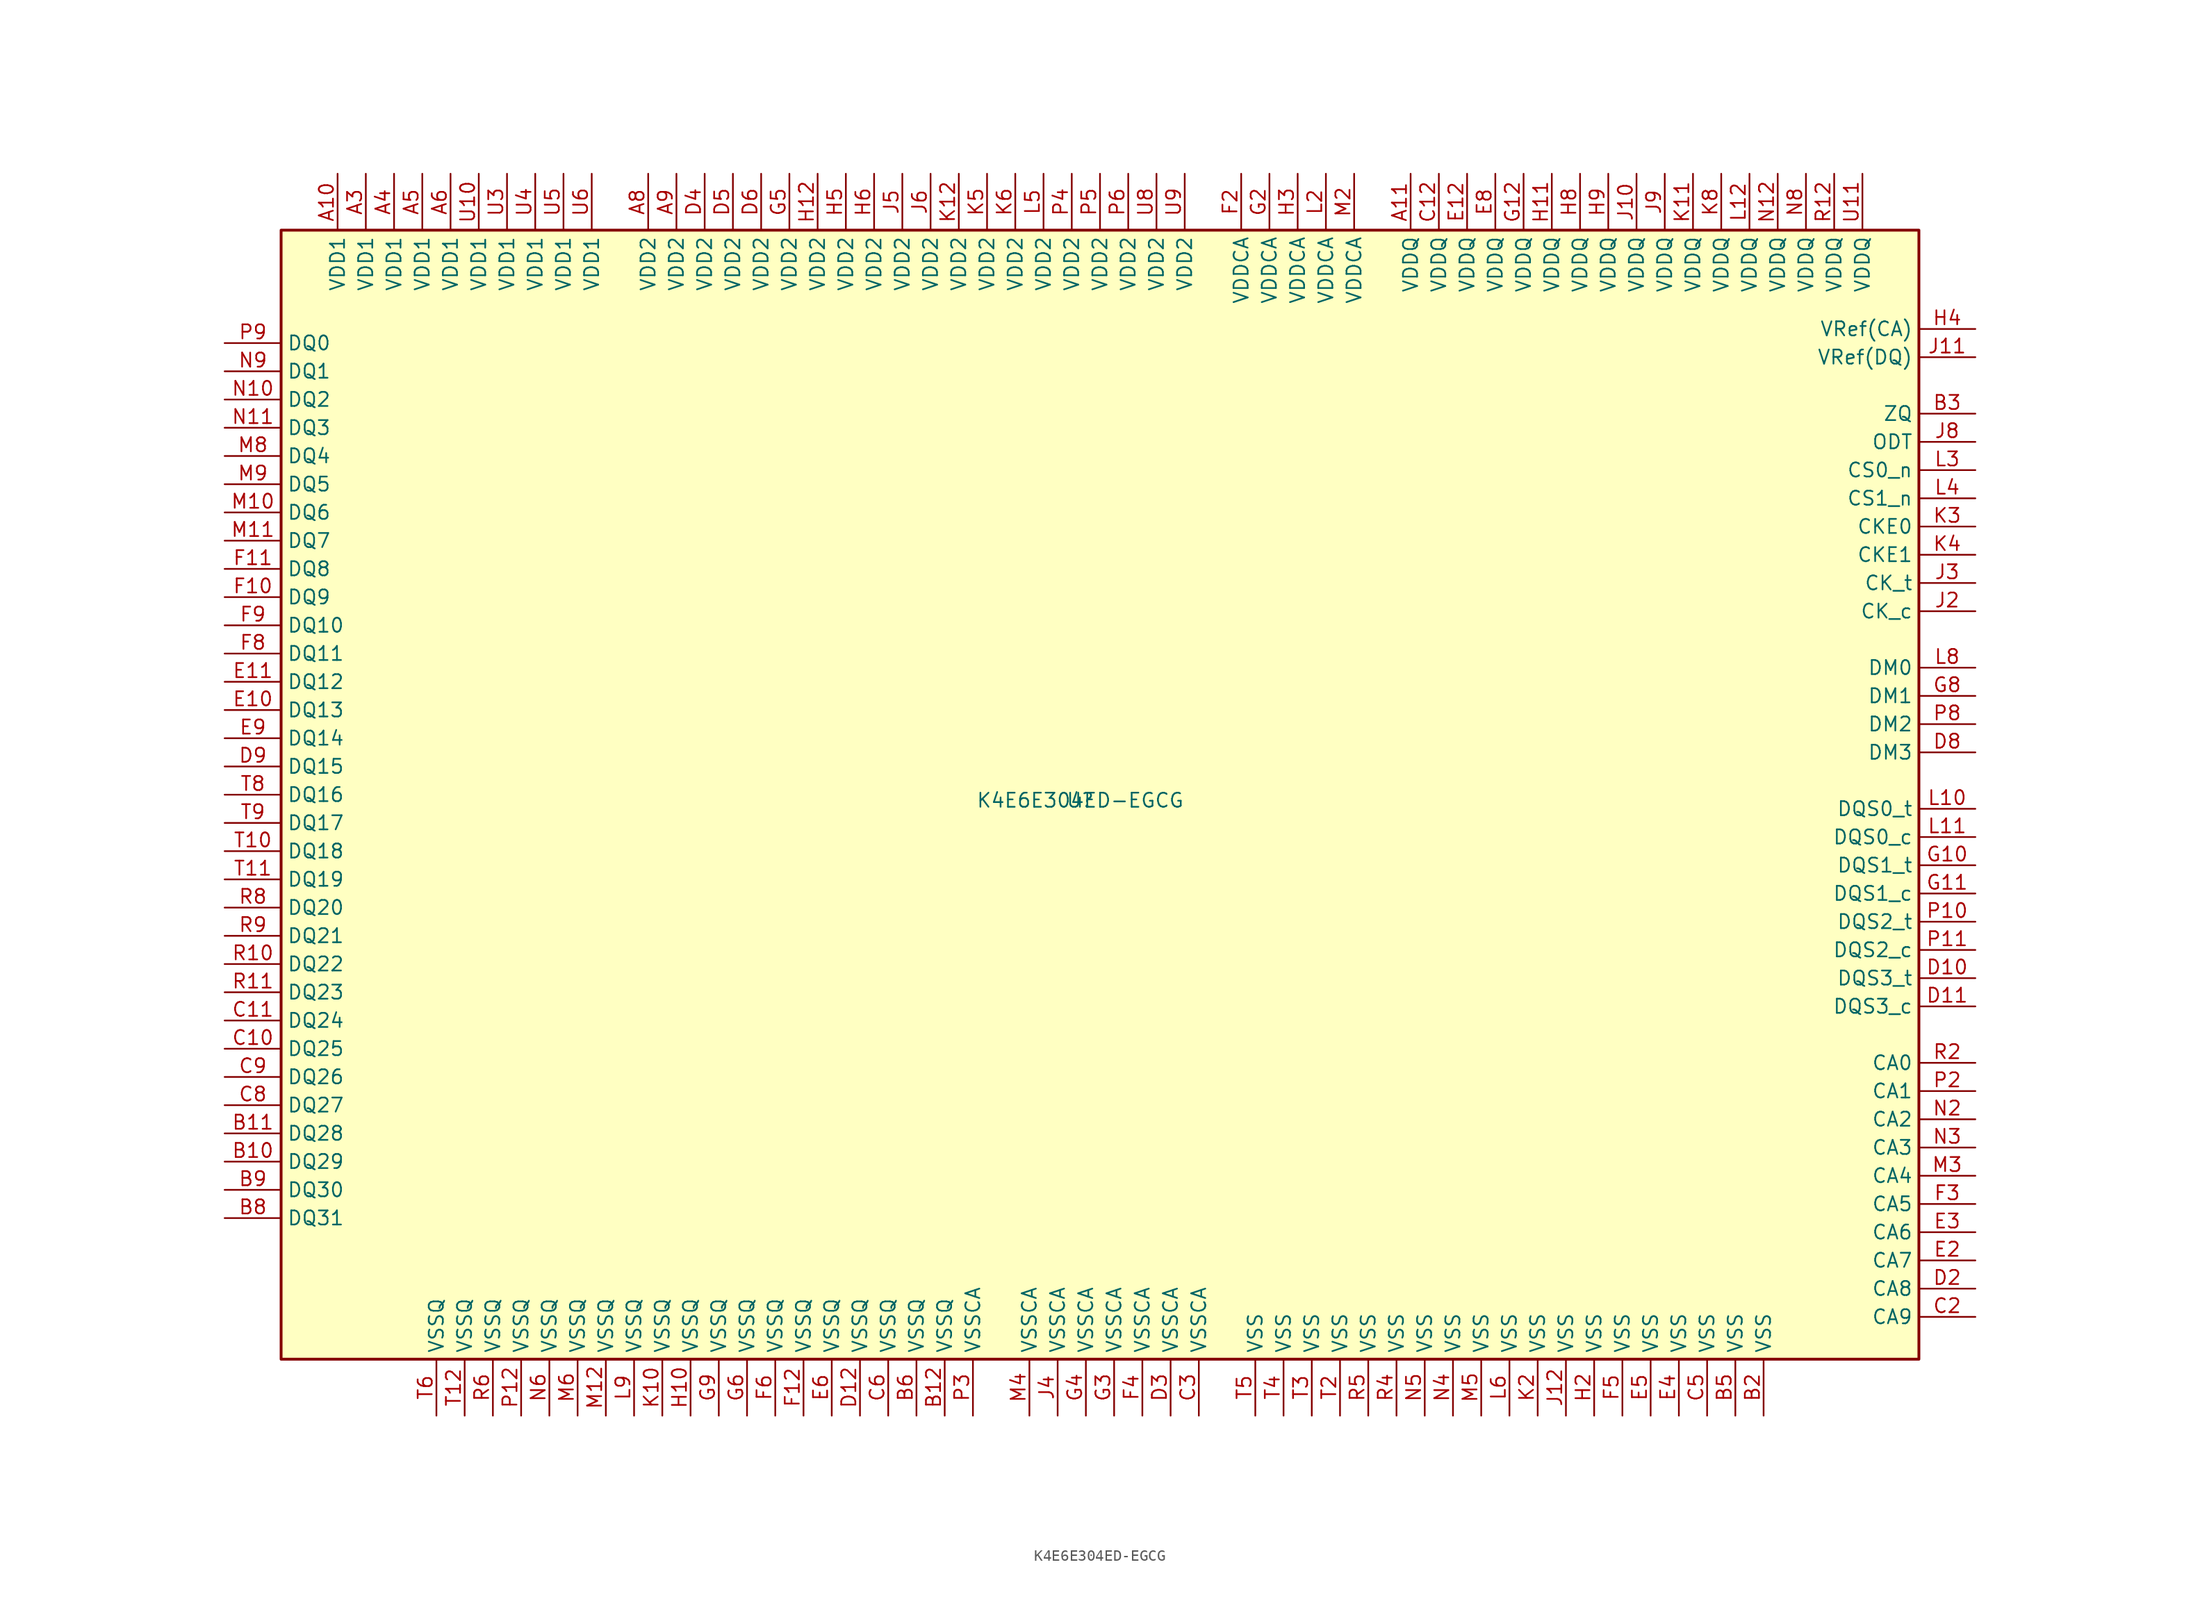
<source format=kicad_sym>
(kicad_symbol_lib
  (version 20231120)
  (generator "kicad_symbol_editor")
  (generator_version "8.0")
  (symbol "K4E6E304ED-EGCG"
    (property "Reference" "U"
      (at -1.778 -0.508 0)
      (effects (font (size 1.27 1.27))))
    (property "Value" "K4E6E304ED-EGCG"
      (at -1.778 -0.508 0)
      (effects (font (size 1.27 1.27))))
    (symbol "K4E6E304ED-EGCG_1_0"
      (rectangle (start -73.66 50.8) (end 73.66 -50.8) (stroke (width 0.254) (type default)) (fill (type background))))
    (symbol "K4E6E304ED-EGCG_1_1"
      (pin input line (at -68.58 55.88 270) (length 5.08) (name "VDD1" (effects (font (size 1.27 1.27)))) (number "A10" (effects (font (size 1.27 1.27)))))
      (pin input line (at 27.94 55.88 270) (length 5.08) (name "VDDQ" (effects (font (size 1.27 1.27)))) (number "A11" (effects (font (size 1.27 1.27)))))
      (pin input line (at -66.04 55.88 270) (length 5.08) (name "VDD1" (effects (font (size 1.27 1.27)))) (number "A3" (effects (font (size 1.27 1.27)))))
      (pin input line (at -63.5 55.88 270) (length 5.08) (name "VDD1" (effects (font (size 1.27 1.27)))) (number "A4" (effects (font (size 1.27 1.27)))))
      (pin input line (at -60.96 55.88 270) (length 5.08) (name "VDD1" (effects (font (size 1.27 1.27)))) (number "A5" (effects (font (size 1.27 1.27)))))
      (pin input line (at -58.42 55.88 270) (length 5.08) (name "VDD1" (effects (font (size 1.27 1.27)))) (number "A6" (effects (font (size 1.27 1.27)))))
      (pin input line (at -40.64 55.88 270) (length 5.08) (name "VDD2" (effects (font (size 1.27 1.27)))) (number "A8" (effects (font (size 1.27 1.27)))))
      (pin input line (at -38.1 55.88 270) (length 5.08) (name "VDD2" (effects (font (size 1.27 1.27)))) (number "A9" (effects (font (size 1.27 1.27)))))
      (pin input line (at -78.74 -33.02 0) (length 5.08) (name "DQ29" (effects (font (size 1.27 1.27)))) (number "B10" (effects (font (size 1.27 1.27)))))
      (pin input line (at -78.74 -30.48 0) (length 5.08) (name "DQ28" (effects (font (size 1.27 1.27)))) (number "B11" (effects (font (size 1.27 1.27)))))
      (pin input line (at -13.97 -55.88 90) (length 5.08) (name "VSSQ" (effects (font (size 1.27 1.27)))) (number "B12" (effects (font (size 1.27 1.27)))))
      (pin input line (at 59.69 -55.88 90) (length 5.08) (name "VSS" (effects (font (size 1.27 1.27)))) (number "B2" (effects (font (size 1.27 1.27)))))
      (pin input line (at 78.74 34.29 180) (length 5.08) (name "ZQ" (effects (font (size 1.27 1.27)))) (number "B3" (effects (font (size 1.27 1.27)))))
      (pin input line (at 57.15 -55.88 90) (length 5.08) (name "VSS" (effects (font (size 1.27 1.27)))) (number "B5" (effects (font (size 1.27 1.27)))))
      (pin input line (at -16.51 -55.88 90) (length 5.08) (name "VSSQ" (effects (font (size 1.27 1.27)))) (number "B6" (effects (font (size 1.27 1.27)))))
      (pin input line (at -78.74 -38.1 0) (length 5.08) (name "DQ31" (effects (font (size 1.27 1.27)))) (number "B8" (effects (font (size 1.27 1.27)))))
      (pin input line (at -78.74 -35.56 0) (length 5.08) (name "DQ30" (effects (font (size 1.27 1.27)))) (number "B9" (effects (font (size 1.27 1.27)))))
      (pin input line (at -78.74 -22.86 0) (length 5.08) (name "DQ25" (effects (font (size 1.27 1.27)))) (number "C10" (effects (font (size 1.27 1.27)))))
      (pin input line (at -78.74 -20.32 0) (length 5.08) (name "DQ24" (effects (font (size 1.27 1.27)))) (number "C11" (effects (font (size 1.27 1.27)))))
      (pin input line (at 30.48 55.88 270) (length 5.08) (name "VDDQ" (effects (font (size 1.27 1.27)))) (number "C12" (effects (font (size 1.27 1.27)))))
      (pin input line (at 78.74 -46.99 180) (length 5.08) (name "CA9" (effects (font (size 1.27 1.27)))) (number "C2" (effects (font (size 1.27 1.27)))))
      (pin input line (at 8.89 -55.88 90) (length 5.08) (name "VSSCA" (effects (font (size 1.27 1.27)))) (number "C3" (effects (font (size 1.27 1.27)))))
      (pin input line (at 54.61 -55.88 90) (length 5.08) (name "VSS" (effects (font (size 1.27 1.27)))) (number "C5" (effects (font (size 1.27 1.27)))))
      (pin input line (at -19.05 -55.88 90) (length 5.08) (name "VSSQ" (effects (font (size 1.27 1.27)))) (number "C6" (effects (font (size 1.27 1.27)))))
      (pin input line (at -78.74 -27.94 0) (length 5.08) (name "DQ27" (effects (font (size 1.27 1.27)))) (number "C8" (effects (font (size 1.27 1.27)))))
      (pin input line (at -78.74 -25.4 0) (length 5.08) (name "DQ26" (effects (font (size 1.27 1.27)))) (number "C9" (effects (font (size 1.27 1.27)))))
      (pin input line (at 78.74 -16.51 180) (length 5.08) (name "DQS3_t" (effects (font (size 1.27 1.27)))) (number "D10" (effects (font (size 1.27 1.27)))))
      (pin input line (at 78.74 -19.05 180) (length 5.08) (name "DQS3_c" (effects (font (size 1.27 1.27)))) (number "D11" (effects (font (size 1.27 1.27)))))
      (pin input line (at -21.59 -55.88 90) (length 5.08) (name "VSSQ" (effects (font (size 1.27 1.27)))) (number "D12" (effects (font (size 1.27 1.27)))))
      (pin input line (at 78.74 -44.45 180) (length 5.08) (name "CA8" (effects (font (size 1.27 1.27)))) (number "D2" (effects (font (size 1.27 1.27)))))
      (pin input line (at 6.35 -55.88 90) (length 5.08) (name "VSSCA" (effects (font (size 1.27 1.27)))) (number "D3" (effects (font (size 1.27 1.27)))))
      (pin input line (at -35.56 55.88 270) (length 5.08) (name "VDD2" (effects (font (size 1.27 1.27)))) (number "D4" (effects (font (size 1.27 1.27)))))
      (pin input line (at -33.02 55.88 270) (length 5.08) (name "VDD2" (effects (font (size 1.27 1.27)))) (number "D5" (effects (font (size 1.27 1.27)))))
      (pin input line (at -30.48 55.88 270) (length 5.08) (name "VDD2" (effects (font (size 1.27 1.27)))) (number "D6" (effects (font (size 1.27 1.27)))))
      (pin input line (at 78.74 3.81 180) (length 5.08) (name "DM3" (effects (font (size 1.27 1.27)))) (number "D8" (effects (font (size 1.27 1.27)))))
      (pin input line (at -78.74 2.54 0) (length 5.08) (name "DQ15" (effects (font (size 1.27 1.27)))) (number "D9" (effects (font (size 1.27 1.27)))))
      (pin input line (at -78.74 7.62 0) (length 5.08) (name "DQ13" (effects (font (size 1.27 1.27)))) (number "E10" (effects (font (size 1.27 1.27)))))
      (pin input line (at -78.74 10.16 0) (length 5.08) (name "DQ12" (effects (font (size 1.27 1.27)))) (number "E11" (effects (font (size 1.27 1.27)))))
      (pin input line (at 33.02 55.88 270) (length 5.08) (name "VDDQ" (effects (font (size 1.27 1.27)))) (number "E12" (effects (font (size 1.27 1.27)))))
      (pin input line (at 78.74 -41.91 180) (length 5.08) (name "CA7" (effects (font (size 1.27 1.27)))) (number "E2" (effects (font (size 1.27 1.27)))))
      (pin input line (at 78.74 -39.37 180) (length 5.08) (name "CA6" (effects (font (size 1.27 1.27)))) (number "E3" (effects (font (size 1.27 1.27)))))
      (pin input line (at 52.07 -55.88 90) (length 5.08) (name "VSS" (effects (font (size 1.27 1.27)))) (number "E4" (effects (font (size 1.27 1.27)))))
      (pin input line (at 49.53 -55.88 90) (length 5.08) (name "VSS" (effects (font (size 1.27 1.27)))) (number "E5" (effects (font (size 1.27 1.27)))))
      (pin input line (at -24.13 -55.88 90) (length 5.08) (name "VSSQ" (effects (font (size 1.27 1.27)))) (number "E6" (effects (font (size 1.27 1.27)))))
      (pin input line (at 35.56 55.88 270) (length 5.08) (name "VDDQ" (effects (font (size 1.27 1.27)))) (number "E8" (effects (font (size 1.27 1.27)))))
      (pin input line (at -78.74 5.08 0) (length 5.08) (name "DQ14" (effects (font (size 1.27 1.27)))) (number "E9" (effects (font (size 1.27 1.27)))))
      (pin input line (at -78.74 17.78 0) (length 5.08) (name "DQ9" (effects (font (size 1.27 1.27)))) (number "F10" (effects (font (size 1.27 1.27)))))
      (pin input line (at -78.74 20.32 0) (length 5.08) (name "DQ8" (effects (font (size 1.27 1.27)))) (number "F11" (effects (font (size 1.27 1.27)))))
      (pin input line (at -26.67 -55.88 90) (length 5.08) (name "VSSQ" (effects (font (size 1.27 1.27)))) (number "F12" (effects (font (size 1.27 1.27)))))
      (pin input line (at 12.7 55.88 270) (length 5.08) (name "VDDCA" (effects (font (size 1.27 1.27)))) (number "F2" (effects (font (size 1.27 1.27)))))
      (pin input line (at 78.74 -36.83 180) (length 5.08) (name "CA5" (effects (font (size 1.27 1.27)))) (number "F3" (effects (font (size 1.27 1.27)))))
      (pin input line (at 3.81 -55.88 90) (length 5.08) (name "VSSCA" (effects (font (size 1.27 1.27)))) (number "F4" (effects (font (size 1.27 1.27)))))
      (pin input line (at 46.99 -55.88 90) (length 5.08) (name "VSS" (effects (font (size 1.27 1.27)))) (number "F5" (effects (font (size 1.27 1.27)))))
      (pin input line (at -29.21 -55.88 90) (length 5.08) (name "VSSQ" (effects (font (size 1.27 1.27)))) (number "F6" (effects (font (size 1.27 1.27)))))
      (pin input line (at -78.74 12.7 0) (length 5.08) (name "DQ11" (effects (font (size 1.27 1.27)))) (number "F8" (effects (font (size 1.27 1.27)))))
      (pin input line (at -78.74 15.24 0) (length 5.08) (name "DQ10" (effects (font (size 1.27 1.27)))) (number "F9" (effects (font (size 1.27 1.27)))))
      (pin input line (at 78.74 -6.35 180) (length 5.08) (name "DQS1_t" (effects (font (size 1.27 1.27)))) (number "G10" (effects (font (size 1.27 1.27)))))
      (pin input line (at 78.74 -8.89 180) (length 5.08) (name "DQS1_c" (effects (font (size 1.27 1.27)))) (number "G11" (effects (font (size 1.27 1.27)))))
      (pin input line (at 38.1 55.88 270) (length 5.08) (name "VDDQ" (effects (font (size 1.27 1.27)))) (number "G12" (effects (font (size 1.27 1.27)))))
      (pin input line (at 15.24 55.88 270) (length 5.08) (name "VDDCA" (effects (font (size 1.27 1.27)))) (number "G2" (effects (font (size 1.27 1.27)))))
      (pin input line (at 1.27 -55.88 90) (length 5.08) (name "VSSCA" (effects (font (size 1.27 1.27)))) (number "G3" (effects (font (size 1.27 1.27)))))
      (pin input line (at -1.27 -55.88 90) (length 5.08) (name "VSSCA" (effects (font (size 1.27 1.27)))) (number "G4" (effects (font (size 1.27 1.27)))))
      (pin input line (at -27.94 55.88 270) (length 5.08) (name "VDD2" (effects (font (size 1.27 1.27)))) (number "G5" (effects (font (size 1.27 1.27)))))
      (pin input line (at -31.75 -55.88 90) (length 5.08) (name "VSSQ" (effects (font (size 1.27 1.27)))) (number "G6" (effects (font (size 1.27 1.27)))))
      (pin input line (at 78.74 8.89 180) (length 5.08) (name "DM1" (effects (font (size 1.27 1.27)))) (number "G8" (effects (font (size 1.27 1.27)))))
      (pin input line (at -34.29 -55.88 90) (length 5.08) (name "VSSQ" (effects (font (size 1.27 1.27)))) (number "G9" (effects (font (size 1.27 1.27)))))
      (pin input line (at -36.83 -55.88 90) (length 5.08) (name "VSSQ" (effects (font (size 1.27 1.27)))) (number "H10" (effects (font (size 1.27 1.27)))))
      (pin input line (at 40.64 55.88 270) (length 5.08) (name "VDDQ" (effects (font (size 1.27 1.27)))) (number "H11" (effects (font (size 1.27 1.27)))))
      (pin input line (at -25.4 55.88 270) (length 5.08) (name "VDD2" (effects (font (size 1.27 1.27)))) (number "H12" (effects (font (size 1.27 1.27)))))
      (pin input line (at 44.45 -55.88 90) (length 5.08) (name "VSS" (effects (font (size 1.27 1.27)))) (number "H2" (effects (font (size 1.27 1.27)))))
      (pin input line (at 17.78 55.88 270) (length 5.08) (name "VDDCA" (effects (font (size 1.27 1.27)))) (number "H3" (effects (font (size 1.27 1.27)))))
      (pin input line (at 78.74 41.91 180) (length 5.08) (name "VRef(CA)" (effects (font (size 1.27 1.27)))) (number "H4" (effects (font (size 1.27 1.27)))))
      (pin input line (at -22.86 55.88 270) (length 5.08) (name "VDD2" (effects (font (size 1.27 1.27)))) (number "H5" (effects (font (size 1.27 1.27)))))
      (pin input line (at -20.32 55.88 270) (length 5.08) (name "VDD2" (effects (font (size 1.27 1.27)))) (number "H6" (effects (font (size 1.27 1.27)))))
      (pin input line (at 43.18 55.88 270) (length 5.08) (name "VDDQ" (effects (font (size 1.27 1.27)))) (number "H8" (effects (font (size 1.27 1.27)))))
      (pin input line (at 45.72 55.88 270) (length 5.08) (name "VDDQ" (effects (font (size 1.27 1.27)))) (number "H9" (effects (font (size 1.27 1.27)))))
      (pin input line (at 48.26 55.88 270) (length 5.08) (name "VDDQ" (effects (font (size 1.27 1.27)))) (number "J10" (effects (font (size 1.27 1.27)))))
      (pin input line (at 78.74 39.37 180) (length 5.08) (name "VRef(DQ)" (effects (font (size 1.27 1.27)))) (number "J11" (effects (font (size 1.27 1.27)))))
      (pin input line (at 41.91 -55.88 90) (length 5.08) (name "VSS" (effects (font (size 1.27 1.27)))) (number "J12" (effects (font (size 1.27 1.27)))))
      (pin input line (at 78.74 16.51 180) (length 5.08) (name "CK_c" (effects (font (size 1.27 1.27)))) (number "J2" (effects (font (size 1.27 1.27)))))
      (pin input line (at 78.74 19.05 180) (length 5.08) (name "CK_t" (effects (font (size 1.27 1.27)))) (number "J3" (effects (font (size 1.27 1.27)))))
      (pin input line (at -3.81 -55.88 90) (length 5.08) (name "VSSCA" (effects (font (size 1.27 1.27)))) (number "J4" (effects (font (size 1.27 1.27)))))
      (pin input line (at -17.78 55.88 270) (length 5.08) (name "VDD2" (effects (font (size 1.27 1.27)))) (number "J5" (effects (font (size 1.27 1.27)))))
      (pin input line (at -15.24 55.88 270) (length 5.08) (name "VDD2" (effects (font (size 1.27 1.27)))) (number "J6" (effects (font (size 1.27 1.27)))))
      (pin input line (at 78.74 31.75 180) (length 5.08) (name "ODT" (effects (font (size 1.27 1.27)))) (number "J8" (effects (font (size 1.27 1.27)))))
      (pin input line (at 50.8 55.88 270) (length 5.08) (name "VDDQ" (effects (font (size 1.27 1.27)))) (number "J9" (effects (font (size 1.27 1.27)))))
      (pin input line (at -39.37 -55.88 90) (length 5.08) (name "VSSQ" (effects (font (size 1.27 1.27)))) (number "K10" (effects (font (size 1.27 1.27)))))
      (pin input line (at 53.34 55.88 270) (length 5.08) (name "VDDQ" (effects (font (size 1.27 1.27)))) (number "K11" (effects (font (size 1.27 1.27)))))
      (pin input line (at -12.7 55.88 270) (length 5.08) (name "VDD2" (effects (font (size 1.27 1.27)))) (number "K12" (effects (font (size 1.27 1.27)))))
      (pin input line (at 39.37 -55.88 90) (length 5.08) (name "VSS" (effects (font (size 1.27 1.27)))) (number "K2" (effects (font (size 1.27 1.27)))))
      (pin input line (at 78.74 24.13 180) (length 5.08) (name "CKE0" (effects (font (size 1.27 1.27)))) (number "K3" (effects (font (size 1.27 1.27)))))
      (pin input line (at 78.74 21.59 180) (length 5.08) (name "CKE1" (effects (font (size 1.27 1.27)))) (number "K4" (effects (font (size 1.27 1.27)))))
      (pin input line (at -10.16 55.88 270) (length 5.08) (name "VDD2" (effects (font (size 1.27 1.27)))) (number "K5" (effects (font (size 1.27 1.27)))))
      (pin input line (at -7.62 55.88 270) (length 5.08) (name "VDD2" (effects (font (size 1.27 1.27)))) (number "K6" (effects (font (size 1.27 1.27)))))
      (pin input line (at 55.88 55.88 270) (length 5.08) (name "VDDQ" (effects (font (size 1.27 1.27)))) (number "K8" (effects (font (size 1.27 1.27)))))
      (pin input line (at 78.74 -1.27 180) (length 5.08) (name "DQS0_t" (effects (font (size 1.27 1.27)))) (number "L10" (effects (font (size 1.27 1.27)))))
      (pin input line (at 78.74 -3.81 180) (length 5.08) (name "DQS0_c" (effects (font (size 1.27 1.27)))) (number "L11" (effects (font (size 1.27 1.27)))))
      (pin input line (at 58.42 55.88 270) (length 5.08) (name "VDDQ" (effects (font (size 1.27 1.27)))) (number "L12" (effects (font (size 1.27 1.27)))))
      (pin input line (at 20.32 55.88 270) (length 5.08) (name "VDDCA" (effects (font (size 1.27 1.27)))) (number "L2" (effects (font (size 1.27 1.27)))))
      (pin input line (at 78.74 29.21 180) (length 5.08) (name "CS0_n" (effects (font (size 1.27 1.27)))) (number "L3" (effects (font (size 1.27 1.27)))))
      (pin input line (at 78.74 26.67 180) (length 5.08) (name "CS1_n" (effects (font (size 1.27 1.27)))) (number "L4" (effects (font (size 1.27 1.27)))))
      (pin input line (at -5.08 55.88 270) (length 5.08) (name "VDD2" (effects (font (size 1.27 1.27)))) (number "L5" (effects (font (size 1.27 1.27)))))
      (pin input line (at 36.83 -55.88 90) (length 5.08) (name "VSS" (effects (font (size 1.27 1.27)))) (number "L6" (effects (font (size 1.27 1.27)))))
      (pin input line (at 78.74 11.43 180) (length 5.08) (name "DM0" (effects (font (size 1.27 1.27)))) (number "L8" (effects (font (size 1.27 1.27)))))
      (pin input line (at -41.91 -55.88 90) (length 5.08) (name "VSSQ" (effects (font (size 1.27 1.27)))) (number "L9" (effects (font (size 1.27 1.27)))))
      (pin input line (at -78.74 25.4 0) (length 5.08) (name "DQ6" (effects (font (size 1.27 1.27)))) (number "M10" (effects (font (size 1.27 1.27)))))
      (pin input line (at -78.74 22.86 0) (length 5.08) (name "DQ7" (effects (font (size 1.27 1.27)))) (number "M11" (effects (font (size 1.27 1.27)))))
      (pin input line (at -44.45 -55.88 90) (length 5.08) (name "VSSQ" (effects (font (size 1.27 1.27)))) (number "M12" (effects (font (size 1.27 1.27)))))
      (pin input line (at 22.86 55.88 270) (length 5.08) (name "VDDCA" (effects (font (size 1.27 1.27)))) (number "M2" (effects (font (size 1.27 1.27)))))
      (pin input line (at 78.74 -34.29 180) (length 5.08) (name "CA4" (effects (font (size 1.27 1.27)))) (number "M3" (effects (font (size 1.27 1.27)))))
      (pin input line (at -6.35 -55.88 90) (length 5.08) (name "VSSCA" (effects (font (size 1.27 1.27)))) (number "M4" (effects (font (size 1.27 1.27)))))
      (pin input line (at 34.29 -55.88 90) (length 5.08) (name "VSS" (effects (font (size 1.27 1.27)))) (number "M5" (effects (font (size 1.27 1.27)))))
      (pin input line (at -46.99 -55.88 90) (length 5.08) (name "VSSQ" (effects (font (size 1.27 1.27)))) (number "M6" (effects (font (size 1.27 1.27)))))
      (pin input line (at -78.74 30.48 0) (length 5.08) (name "DQ4" (effects (font (size 1.27 1.27)))) (number "M8" (effects (font (size 1.27 1.27)))))
      (pin input line (at -78.74 27.94 0) (length 5.08) (name "DQ5" (effects (font (size 1.27 1.27)))) (number "M9" (effects (font (size 1.27 1.27)))))
      (pin input line (at -78.74 35.56 0) (length 5.08) (name "DQ2" (effects (font (size 1.27 1.27)))) (number "N10" (effects (font (size 1.27 1.27)))))
      (pin input line (at -78.74 33.02 0) (length 5.08) (name "DQ3" (effects (font (size 1.27 1.27)))) (number "N11" (effects (font (size 1.27 1.27)))))
      (pin input line (at 60.96 55.88 270) (length 5.08) (name "VDDQ" (effects (font (size 1.27 1.27)))) (number "N12" (effects (font (size 1.27 1.27)))))
      (pin input line (at 78.74 -29.21 180) (length 5.08) (name "CA2" (effects (font (size 1.27 1.27)))) (number "N2" (effects (font (size 1.27 1.27)))))
      (pin input line (at 78.74 -31.75 180) (length 5.08) (name "CA3" (effects (font (size 1.27 1.27)))) (number "N3" (effects (font (size 1.27 1.27)))))
      (pin input line (at 31.75 -55.88 90) (length 5.08) (name "VSS" (effects (font (size 1.27 1.27)))) (number "N4" (effects (font (size 1.27 1.27)))))
      (pin input line (at 29.21 -55.88 90) (length 5.08) (name "VSS" (effects (font (size 1.27 1.27)))) (number "N5" (effects (font (size 1.27 1.27)))))
      (pin input line (at -49.53 -55.88 90) (length 5.08) (name "VSSQ" (effects (font (size 1.27 1.27)))) (number "N6" (effects (font (size 1.27 1.27)))))
      (pin input line (at 63.5 55.88 270) (length 5.08) (name "VDDQ" (effects (font (size 1.27 1.27)))) (number "N8" (effects (font (size 1.27 1.27)))))
      (pin input line (at -78.74 38.1 0) (length 5.08) (name "DQ1" (effects (font (size 1.27 1.27)))) (number "N9" (effects (font (size 1.27 1.27)))))
      (pin input line (at 78.74 -11.43 180) (length 5.08) (name "DQS2_t" (effects (font (size 1.27 1.27)))) (number "P10" (effects (font (size 1.27 1.27)))))
      (pin input line (at 78.74 -13.97 180) (length 5.08) (name "DQS2_c" (effects (font (size 1.27 1.27)))) (number "P11" (effects (font (size 1.27 1.27)))))
      (pin input line (at -52.07 -55.88 90) (length 5.08) (name "VSSQ" (effects (font (size 1.27 1.27)))) (number "P12" (effects (font (size 1.27 1.27)))))
      (pin input line (at 78.74 -26.67 180) (length 5.08) (name "CA1" (effects (font (size 1.27 1.27)))) (number "P2" (effects (font (size 1.27 1.27)))))
      (pin input line (at -11.43 -55.88 90) (length 5.08) (name "VSSCA" (effects (font (size 1.27 1.27)))) (number "P3" (effects (font (size 1.27 1.27)))))
      (pin input line (at -2.54 55.88 270) (length 5.08) (name "VDD2" (effects (font (size 1.27 1.27)))) (number "P4" (effects (font (size 1.27 1.27)))))
      (pin input line (at 0 55.88 270) (length 5.08) (name "VDD2" (effects (font (size 1.27 1.27)))) (number "P5" (effects (font (size 1.27 1.27)))))
      (pin input line (at 2.54 55.88 270) (length 5.08) (name "VDD2" (effects (font (size 1.27 1.27)))) (number "P6" (effects (font (size 1.27 1.27)))))
      (pin input line (at 78.74 6.35 180) (length 5.08) (name "DM2" (effects (font (size 1.27 1.27)))) (number "P8" (effects (font (size 1.27 1.27)))))
      (pin input line (at -78.74 40.64 0) (length 5.08) (name "DQ0" (effects (font (size 1.27 1.27)))) (number "P9" (effects (font (size 1.27 1.27)))))
      (pin input line (at -78.74 -15.24 0) (length 5.08) (name "DQ22" (effects (font (size 1.27 1.27)))) (number "R10" (effects (font (size 1.27 1.27)))))
      (pin input line (at -78.74 -17.78 0) (length 5.08) (name "DQ23" (effects (font (size 1.27 1.27)))) (number "R11" (effects (font (size 1.27 1.27)))))
      (pin input line (at 66.04 55.88 270) (length 5.08) (name "VDDQ" (effects (font (size 1.27 1.27)))) (number "R12" (effects (font (size 1.27 1.27)))))
      (pin input line (at 78.74 -24.13 180) (length 5.08) (name "CA0" (effects (font (size 1.27 1.27)))) (number "R2" (effects (font (size 1.27 1.27)))))
      (pin input line (at 26.67 -55.88 90) (length 5.08) (name "VSS" (effects (font (size 1.27 1.27)))) (number "R4" (effects (font (size 1.27 1.27)))))
      (pin input line (at 24.13 -55.88 90) (length 5.08) (name "VSS" (effects (font (size 1.27 1.27)))) (number "R5" (effects (font (size 1.27 1.27)))))
      (pin input line (at -54.61 -55.88 90) (length 5.08) (name "VSSQ" (effects (font (size 1.27 1.27)))) (number "R6" (effects (font (size 1.27 1.27)))))
      (pin input line (at -78.74 -10.16 0) (length 5.08) (name "DQ20" (effects (font (size 1.27 1.27)))) (number "R8" (effects (font (size 1.27 1.27)))))
      (pin input line (at -78.74 -12.7 0) (length 5.08) (name "DQ21" (effects (font (size 1.27 1.27)))) (number "R9" (effects (font (size 1.27 1.27)))))
      (pin input line (at -78.74 -5.08 0) (length 5.08) (name "DQ18" (effects (font (size 1.27 1.27)))) (number "T10" (effects (font (size 1.27 1.27)))))
      (pin input line (at -78.74 -7.62 0) (length 5.08) (name "DQ19" (effects (font (size 1.27 1.27)))) (number "T11" (effects (font (size 1.27 1.27)))))
      (pin input line (at -57.15 -55.88 90) (length 5.08) (name "VSSQ" (effects (font (size 1.27 1.27)))) (number "T12" (effects (font (size 1.27 1.27)))))
      (pin input line (at 21.59 -55.88 90) (length 5.08) (name "VSS" (effects (font (size 1.27 1.27)))) (number "T2" (effects (font (size 1.27 1.27)))))
      (pin input line (at 19.05 -55.88 90) (length 5.08) (name "VSS" (effects (font (size 1.27 1.27)))) (number "T3" (effects (font (size 1.27 1.27)))))
      (pin input line (at 16.51 -55.88 90) (length 5.08) (name "VSS" (effects (font (size 1.27 1.27)))) (number "T4" (effects (font (size 1.27 1.27)))))
      (pin input line (at 13.97 -55.88 90) (length 5.08) (name "VSS" (effects (font (size 1.27 1.27)))) (number "T5" (effects (font (size 1.27 1.27)))))
      (pin input line (at -59.69 -55.88 90) (length 5.08) (name "VSSQ" (effects (font (size 1.27 1.27)))) (number "T6" (effects (font (size 1.27 1.27)))))
      (pin input line (at -78.74 0 0) (length 5.08) (name "DQ16" (effects (font (size 1.27 1.27)))) (number "T8" (effects (font (size 1.27 1.27)))))
      (pin input line (at -78.74 -2.54 0) (length 5.08) (name "DQ17" (effects (font (size 1.27 1.27)))) (number "T9" (effects (font (size 1.27 1.27)))))
      (pin input line (at -55.88 55.88 270) (length 5.08) (name "VDD1" (effects (font (size 1.27 1.27)))) (number "U10" (effects (font (size 1.27 1.27)))))
      (pin input line (at 68.58 55.88 270) (length 5.08) (name "VDDQ" (effects (font (size 1.27 1.27)))) (number "U11" (effects (font (size 1.27 1.27)))))
      (pin input line (at -53.34 55.88 270) (length 5.08) (name "VDD1" (effects (font (size 1.27 1.27)))) (number "U3" (effects (font (size 1.27 1.27)))))
      (pin input line (at -50.8 55.88 270) (length 5.08) (name "VDD1" (effects (font (size 1.27 1.27)))) (number "U4" (effects (font (size 1.27 1.27)))))
      (pin input line (at -48.26 55.88 270) (length 5.08) (name "VDD1" (effects (font (size 1.27 1.27)))) (number "U5" (effects (font (size 1.27 1.27)))))
      (pin input line (at -45.72 55.88 270) (length 5.08) (name "VDD1" (effects (font (size 1.27 1.27)))) (number "U6" (effects (font (size 1.27 1.27)))))
      (pin input line (at 5.08 55.88 270) (length 5.08) (name "VDD2" (effects (font (size 1.27 1.27)))) (number "U8" (effects (font (size 1.27 1.27)))))
      (pin input line (at 7.62 55.88 270) (length 5.08) (name "VDD2" (effects (font (size 1.27 1.27)))) (number "U9" (effects (font (size 1.27 1.27))))))))
</source>
